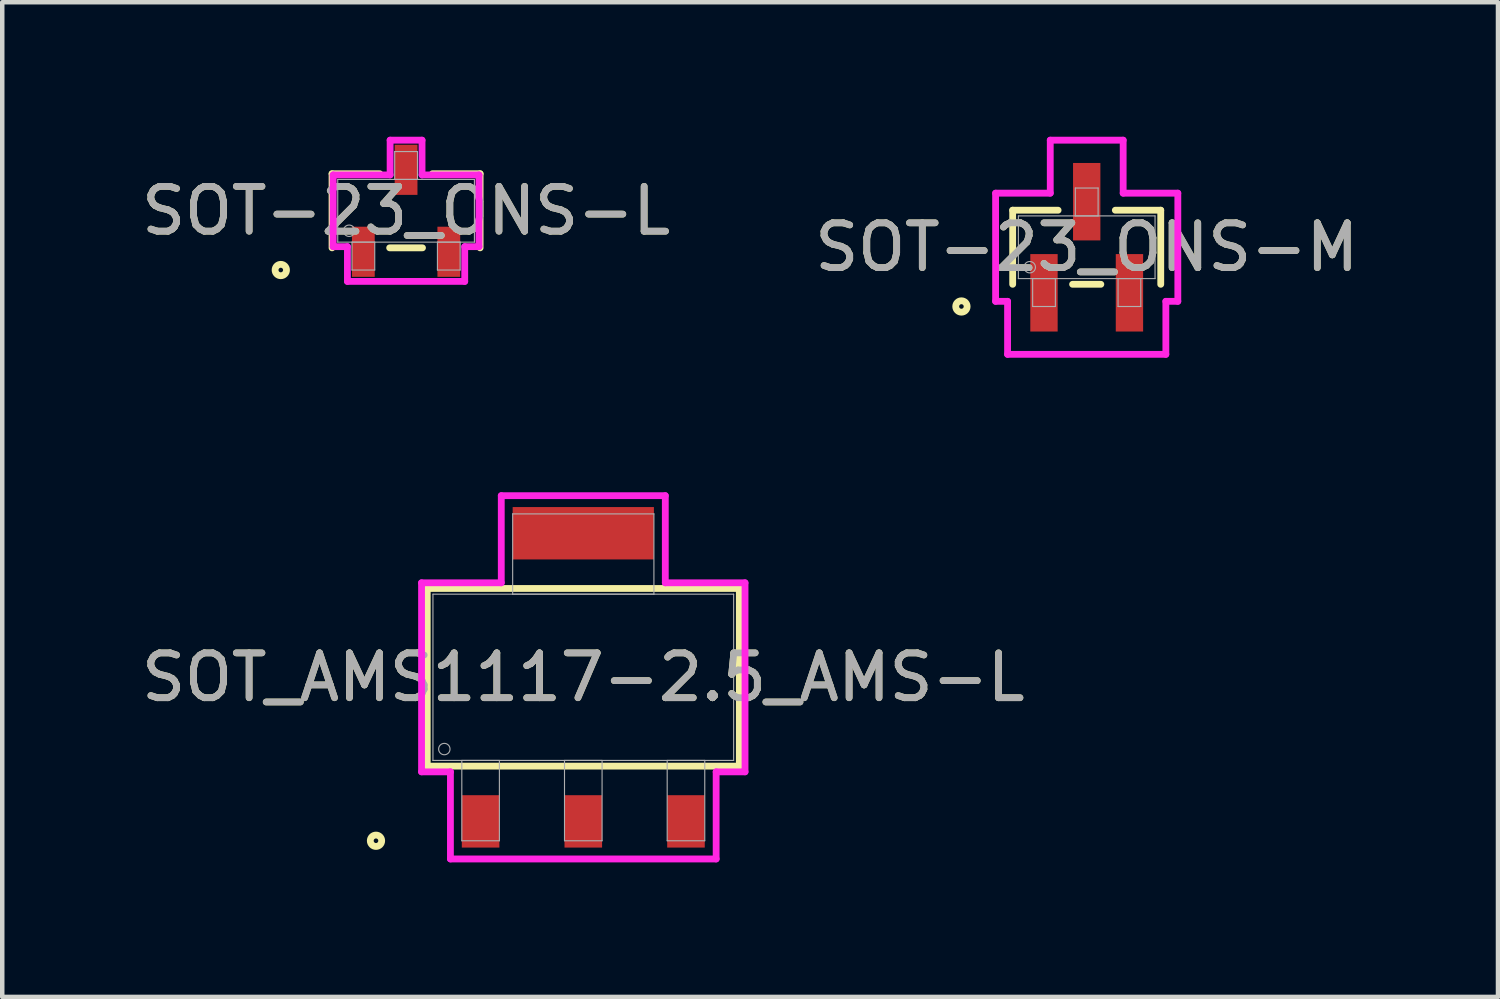
<source format=kicad_pcb>
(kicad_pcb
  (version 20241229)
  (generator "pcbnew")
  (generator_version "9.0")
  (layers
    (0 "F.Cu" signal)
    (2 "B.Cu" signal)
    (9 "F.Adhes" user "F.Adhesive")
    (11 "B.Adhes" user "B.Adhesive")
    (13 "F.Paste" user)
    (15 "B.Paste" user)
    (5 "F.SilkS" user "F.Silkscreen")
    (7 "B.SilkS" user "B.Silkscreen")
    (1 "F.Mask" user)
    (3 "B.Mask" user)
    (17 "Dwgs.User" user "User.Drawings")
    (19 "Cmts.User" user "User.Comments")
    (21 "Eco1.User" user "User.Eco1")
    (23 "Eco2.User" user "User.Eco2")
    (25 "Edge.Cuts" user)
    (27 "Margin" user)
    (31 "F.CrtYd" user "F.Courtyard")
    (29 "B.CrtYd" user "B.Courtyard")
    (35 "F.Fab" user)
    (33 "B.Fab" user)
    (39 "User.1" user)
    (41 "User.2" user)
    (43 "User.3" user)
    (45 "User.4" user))
  (footprint "SOT-23_ONS-M"
    (layer "F.Cu")
    (at 21.185 2.464)
    (property "Reference" "SOT-23_ONS-M" (at 0 0 0) (unlocked yes) (layer "F.SilkS") (effects (font (size 1 1) (thickness 0.15))))
    (attr smd)
    (fp_line (start -1.651 -0.826) (end -1.651 0.826) (stroke (width 0.152) (type solid)) (layer "F.SilkS"))
    (fp_line (start -0.638 -0.826) (end -1.651 -0.826) (stroke (width 0.152) (type solid)) (layer "F.SilkS"))
    (fp_line (start -0.315 0.826) (end 0.315 0.826) (stroke (width 0.152) (type solid)) (layer "F.SilkS"))
    (fp_line (start 1.651 -0.826) (end 0.638 -0.826) (stroke (width 0.152) (type solid)) (layer "F.SilkS"))
    (fp_line (start 1.651 0.826) (end 1.651 -0.826) (stroke (width 0.152) (type solid)) (layer "F.SilkS"))
    (fp_circle (center -2.794 1.321) (end -2.667 1.321) (stroke (width 0.152) (type solid)) (fill no) (layer "F.SilkS"))
    (fp_line (start -2.032 -1.206) (end -0.813 -1.206) (stroke (width 0.152) (type solid)) (layer "F.CrtYd"))
    (fp_line (start -2.032 1.206) (end -2.032 -1.206) (stroke (width 0.152) (type solid)) (layer "F.CrtYd"))
    (fp_line (start -2.032 1.206) (end -1.765 1.206) (stroke (width 0.152) (type solid)) (layer "F.CrtYd"))
    (fp_line (start -1.765 1.206) (end -1.765 2.388) (stroke (width 0.152) (type solid)) (layer "F.CrtYd"))
    (fp_line (start -1.765 2.388) (end 1.765 2.388) (stroke (width 0.152) (type solid)) (layer "F.CrtYd"))
    (fp_line (start -0.813 -2.388) (end 0.813 -2.388) (stroke (width 0.152) (type solid)) (layer "F.CrtYd"))
    (fp_line (start -0.813 -1.206) (end -0.813 -2.388) (stroke (width 0.152) (type solid)) (layer "F.CrtYd"))
    (fp_line (start 0.813 -1.206) (end 0.813 -2.388) (stroke (width 0.152) (type solid)) (layer "F.CrtYd"))
    (fp_line (start 1.765 1.206) (end 1.765 2.388) (stroke (width 0.152) (type solid)) (layer "F.CrtYd"))
    (fp_line (start 2.032 -1.206) (end 0.813 -1.206) (stroke (width 0.152) (type solid)) (layer "F.CrtYd"))
    (fp_line (start 2.032 -1.206) (end 2.032 1.206) (stroke (width 0.152) (type solid)) (layer "F.CrtYd"))
    (fp_line (start 2.032 1.206) (end 1.765 1.206) (stroke (width 0.152) (type solid)) (layer "F.CrtYd"))
    (fp_line (start -1.524 -0.699) (end -1.524 0.699) (stroke (width 0.025) (type solid)) (layer "F.Fab"))
    (fp_line (start -1.524 0.699) (end 1.524 0.699) (stroke (width 0.025) (type solid)) (layer "F.Fab"))
    (fp_line (start -1.206 0.699) (end -1.206 1.321) (stroke (width 0.025) (type solid)) (layer "F.Fab"))
    (fp_line (start -1.206 1.321) (end -0.699 1.321) (stroke (width 0.025) (type solid)) (layer "F.Fab"))
    (fp_line (start -0.699 0.699) (end -1.206 0.699) (stroke (width 0.025) (type solid)) (layer "F.Fab"))
    (fp_line (start -0.699 1.321) (end -0.699 0.699) (stroke (width 0.025) (type solid)) (layer "F.Fab"))
    (fp_line (start -0.254 -1.321) (end -0.254 -0.699) (stroke (width 0.025) (type solid)) (layer "F.Fab"))
    (fp_line (start -0.254 -0.699) (end 0.254 -0.699) (stroke (width 0.025) (type solid)) (layer "F.Fab"))
    (fp_line (start 0.254 -1.321) (end -0.254 -1.321) (stroke (width 0.025) (type solid)) (layer "F.Fab"))
    (fp_line (start 0.254 -0.699) (end 0.254 -1.321) (stroke (width 0.025) (type solid)) (layer "F.Fab"))
    (fp_line (start 0.699 0.699) (end 0.699 1.321) (stroke (width 0.025) (type solid)) (layer "F.Fab"))
    (fp_line (start 0.699 1.321) (end 1.206 1.321) (stroke (width 0.025) (type solid)) (layer "F.Fab"))
    (fp_line (start 1.206 0.699) (end 0.699 0.699) (stroke (width 0.025) (type solid)) (layer "F.Fab"))
    (fp_line (start 1.206 1.321) (end 1.206 0.699) (stroke (width 0.025) (type solid)) (layer "F.Fab"))
    (fp_line (start 1.524 -0.699) (end -1.524 -0.699) (stroke (width 0.025) (type solid)) (layer "F.Fab"))
    (fp_line (start 1.524 0.699) (end 1.524 -0.699) (stroke (width 0.025) (type solid)) (layer "F.Fab"))
    (fp_circle (center -1.27 0.445) (end -1.143 0.445) (stroke (width 0.025) (type solid)) (fill no) (layer "F.Fab"))
    (fp_text user "${REFERENCE}" (at 0 0 0) (unlocked yes) (layer "F.Fab") (effects (font (size 1 1) (thickness 0.15))))
    (pad "1" smd rect (at -0.953 1.016) (size 0.61 1.727) (layers "F.Cu" "F.Mask" "F.Paste"))
    (pad "2" smd rect (at 0.953 1.016) (size 0.61 1.727) (layers "F.Cu" "F.Mask" "F.Paste"))
    (pad "3" smd rect (at 0 -1.016) (size 0.61 1.727) (layers "F.Cu" "F.Mask" "F.Paste")))
  (footprint "SOT_AMS1117-2.5_AMS-L"
    (layer "F.Cu")
    (at 9.958 12.055)
    (property "Reference" "SOT_AMS1117-2.5_AMS-L" (at 0 0 0) (unlocked yes) (layer "F.SilkS") (effects (font (size 1 1) (thickness 0.15))))
    (attr smd)
    (fp_line (start -3.48 -1.981) (end -3.48 1.981) (stroke (width 0.152) (type solid)) (layer "F.SilkS"))
    (fp_line (start -3.48 1.981) (end 3.48 1.981) (stroke (width 0.152) (type solid)) (layer "F.SilkS"))
    (fp_line (start 3.48 -1.981) (end -3.48 -1.981) (stroke (width 0.152) (type solid)) (layer "F.SilkS"))
    (fp_line (start 3.48 1.981) (end 3.48 -1.981) (stroke (width 0.152) (type solid)) (layer "F.SilkS"))
    (fp_circle (center -4.623 3.645) (end -4.496 3.645) (stroke (width 0.152) (type solid)) (fill no) (layer "F.SilkS"))
    (fp_line (start -3.607 -2.108) (end -1.829 -2.108) (stroke (width 0.152) (type solid)) (layer "F.CrtYd"))
    (fp_line (start -3.607 2.108) (end -3.607 -2.108) (stroke (width 0.152) (type solid)) (layer "F.CrtYd"))
    (fp_line (start -2.963 2.108) (end -3.607 2.108) (stroke (width 0.152) (type solid)) (layer "F.CrtYd"))
    (fp_line (start -2.963 4.051) (end -2.963 2.108) (stroke (width 0.152) (type solid)) (layer "F.CrtYd"))
    (fp_line (start -1.829 -4.051) (end 1.829 -4.051) (stroke (width 0.152) (type solid)) (layer "F.CrtYd"))
    (fp_line (start -1.829 -2.108) (end -1.829 -4.051) (stroke (width 0.152) (type solid)) (layer "F.CrtYd"))
    (fp_line (start 1.829 -4.051) (end 1.829 -2.108) (stroke (width 0.152) (type solid)) (layer "F.CrtYd"))
    (fp_line (start 1.829 -2.108) (end 3.607 -2.108) (stroke (width 0.152) (type solid)) (layer "F.CrtYd"))
    (fp_line (start 2.963 2.108) (end 2.963 4.051) (stroke (width 0.152) (type solid)) (layer "F.CrtYd"))
    (fp_line (start 2.963 4.051) (end -2.963 4.051) (stroke (width 0.152) (type solid)) (layer "F.CrtYd"))
    (fp_line (start 3.607 -2.108) (end 3.607 2.108) (stroke (width 0.152) (type solid)) (layer "F.CrtYd"))
    (fp_line (start 3.607 2.108) (end 2.963 2.108) (stroke (width 0.152) (type solid)) (layer "F.CrtYd"))
    (fp_line (start -3.353 -1.854) (end -3.353 1.854) (stroke (width 0.025) (type solid)) (layer "F.Fab"))
    (fp_line (start -3.353 1.854) (end 3.353 1.854) (stroke (width 0.025) (type solid)) (layer "F.Fab"))
    (fp_line (start -2.709 1.854) (end -2.709 3.645) (stroke (width 0.025) (type solid)) (layer "F.Fab"))
    (fp_line (start -2.709 3.645) (end -1.871 3.645) (stroke (width 0.025) (type solid)) (layer "F.Fab"))
    (fp_line (start -1.871 1.854) (end -2.709 1.854) (stroke (width 0.025) (type solid)) (layer "F.Fab"))
    (fp_line (start -1.871 3.645) (end -1.871 1.854) (stroke (width 0.025) (type solid)) (layer "F.Fab"))
    (fp_line (start -1.575 -3.645) (end -1.575 -1.854) (stroke (width 0.025) (type solid)) (layer "F.Fab"))
    (fp_line (start -1.575 -1.854) (end 1.575 -1.854) (stroke (width 0.025) (type solid)) (layer "F.Fab"))
    (fp_line (start -0.419 1.854) (end -0.419 3.645) (stroke (width 0.025) (type solid)) (layer "F.Fab"))
    (fp_line (start -0.419 3.645) (end 0.419 3.645) (stroke (width 0.025) (type solid)) (layer "F.Fab"))
    (fp_line (start 0.419 1.854) (end -0.419 1.854) (stroke (width 0.025) (type solid)) (layer "F.Fab"))
    (fp_line (start 0.419 3.645) (end 0.419 1.854) (stroke (width 0.025) (type solid)) (layer "F.Fab"))
    (fp_line (start 1.575 -3.645) (end -1.575 -3.645) (stroke (width 0.025) (type solid)) (layer "F.Fab"))
    (fp_line (start 1.575 -1.854) (end 1.575 -3.645) (stroke (width 0.025) (type solid)) (layer "F.Fab"))
    (fp_line (start 1.871 1.854) (end 1.871 3.645) (stroke (width 0.025) (type solid)) (layer "F.Fab"))
    (fp_line (start 1.871 3.645) (end 2.709 3.645) (stroke (width 0.025) (type solid)) (layer "F.Fab"))
    (fp_line (start 2.709 1.854) (end 1.871 1.854) (stroke (width 0.025) (type solid)) (layer "F.Fab"))
    (fp_line (start 2.709 3.645) (end 2.709 1.854) (stroke (width 0.025) (type solid)) (layer "F.Fab"))
    (fp_line (start 3.353 -1.854) (end -3.353 -1.854) (stroke (width 0.025) (type solid)) (layer "F.Fab"))
    (fp_line (start 3.353 1.854) (end 3.353 -1.854) (stroke (width 0.025) (type solid)) (layer "F.Fab"))
    (fp_circle (center -3.099 1.6) (end -2.972 1.6) (stroke (width 0.025) (type solid)) (fill no) (layer "F.Fab"))
    (fp_text user "${REFERENCE}" (at 0 0 0) (unlocked yes) (layer "F.Fab") (effects (font (size 1 1) (thickness 0.15))))
    (pad "1" smd rect (at -2.29 3.213) (size 0.838 1.168) (layers "F.Cu" "F.Mask" "F.Paste"))
    (pad "2" smd rect (at 0 3.213) (size 0.838 1.168) (layers "F.Cu" "F.Mask" "F.Paste"))
    (pad "3" smd rect (at 2.29 3.213) (size 0.838 1.168) (layers "F.Cu" "F.Mask" "F.Paste"))
    (pad "4" smd rect (at 0 -3.213) (size 3.15 1.168) (layers "F.Cu" "F.Mask" "F.Paste")))
  (footprint "SOT-23_ONS-L"
    (layer "F.Cu")
    (at 6.006 1.651)
    (property "Reference" "SOT-23_ONS-L" (at 0 0 0) (unlocked yes) (layer "F.SilkS") (effects (font (size 1 1) (thickness 0.15))))
    (attr smd)
    (fp_line (start -1.651 -0.826) (end -1.651 0.826) (stroke (width 0.152) (type solid)) (layer "F.SilkS"))
    (fp_line (start -0.587 -0.826) (end -1.651 -0.826) (stroke (width 0.152) (type solid)) (layer "F.SilkS"))
    (fp_line (start -0.366 0.826) (end 0.366 0.826) (stroke (width 0.152) (type solid)) (layer "F.SilkS"))
    (fp_line (start 1.651 -0.826) (end 0.587 -0.826) (stroke (width 0.152) (type solid)) (layer "F.SilkS"))
    (fp_line (start 1.651 0.826) (end 1.651 -0.826) (stroke (width 0.152) (type solid)) (layer "F.SilkS"))
    (fp_circle (center -2.794 1.321) (end -2.667 1.321) (stroke (width 0.152) (type solid)) (fill no) (layer "F.SilkS"))
    (fp_line (start -1.626 -0.8) (end -0.356 -0.8) (stroke (width 0.152) (type solid)) (layer "F.CrtYd"))
    (fp_line (start -1.626 0.8) (end -1.626 -0.8) (stroke (width 0.152) (type solid)) (layer "F.CrtYd"))
    (fp_line (start -1.626 0.8) (end -1.308 0.8) (stroke (width 0.152) (type solid)) (layer "F.CrtYd"))
    (fp_line (start -1.308 0.8) (end -1.308 1.575) (stroke (width 0.152) (type solid)) (layer "F.CrtYd"))
    (fp_line (start -1.308 1.575) (end 1.308 1.575) (stroke (width 0.152) (type solid)) (layer "F.CrtYd"))
    (fp_line (start -0.356 -1.575) (end 0.356 -1.575) (stroke (width 0.152) (type solid)) (layer "F.CrtYd"))
    (fp_line (start -0.356 -0.8) (end -0.356 -1.575) (stroke (width 0.152) (type solid)) (layer "F.CrtYd"))
    (fp_line (start 0.356 -0.8) (end 0.356 -1.575) (stroke (width 0.152) (type solid)) (layer "F.CrtYd"))
    (fp_line (start 1.308 0.8) (end 1.308 1.575) (stroke (width 0.152) (type solid)) (layer "F.CrtYd"))
    (fp_line (start 1.626 -0.8) (end 0.356 -0.8) (stroke (width 0.152) (type solid)) (layer "F.CrtYd"))
    (fp_line (start 1.626 -0.8) (end 1.626 0.8) (stroke (width 0.152) (type solid)) (layer "F.CrtYd"))
    (fp_line (start 1.626 0.8) (end 1.308 0.8) (stroke (width 0.152) (type solid)) (layer "F.CrtYd"))
    (fp_line (start -1.524 -0.699) (end -1.524 0.699) (stroke (width 0.025) (type solid)) (layer "F.Fab"))
    (fp_line (start -1.524 0.699) (end 1.524 0.699) (stroke (width 0.025) (type solid)) (layer "F.Fab"))
    (fp_line (start -1.206 0.699) (end -1.206 1.321) (stroke (width 0.025) (type solid)) (layer "F.Fab"))
    (fp_line (start -1.206 1.321) (end -0.699 1.321) (stroke (width 0.025) (type solid)) (layer "F.Fab"))
    (fp_line (start -0.699 0.699) (end -1.206 0.699) (stroke (width 0.025) (type solid)) (layer "F.Fab"))
    (fp_line (start -0.699 1.321) (end -0.699 0.699) (stroke (width 0.025) (type solid)) (layer "F.Fab"))
    (fp_line (start -0.254 -1.321) (end -0.254 -0.699) (stroke (width 0.025) (type solid)) (layer "F.Fab"))
    (fp_line (start -0.254 -0.699) (end 0.254 -0.699) (stroke (width 0.025) (type solid)) (layer "F.Fab"))
    (fp_line (start 0.254 -1.321) (end -0.254 -1.321) (stroke (width 0.025) (type solid)) (layer "F.Fab"))
    (fp_line (start 0.254 -0.699) (end 0.254 -1.321) (stroke (width 0.025) (type solid)) (layer "F.Fab"))
    (fp_line (start 0.699 0.699) (end 0.699 1.321) (stroke (width 0.025) (type solid)) (layer "F.Fab"))
    (fp_line (start 0.699 1.321) (end 1.206 1.321) (stroke (width 0.025) (type solid)) (layer "F.Fab"))
    (fp_line (start 1.206 0.699) (end 0.699 0.699) (stroke (width 0.025) (type solid)) (layer "F.Fab"))
    (fp_line (start 1.206 1.321) (end 1.206 0.699) (stroke (width 0.025) (type solid)) (layer "F.Fab"))
    (fp_line (start 1.524 -0.699) (end -1.524 -0.699) (stroke (width 0.025) (type solid)) (layer "F.Fab"))
    (fp_line (start 1.524 0.699) (end 1.524 -0.699) (stroke (width 0.025) (type solid)) (layer "F.Fab"))
    (fp_circle (center -1.27 0.445) (end -1.143 0.445) (stroke (width 0.025) (type solid)) (fill no) (layer "F.Fab"))
    (fp_text user "${REFERENCE}" (at 0 0 0) (unlocked yes) (layer "F.Fab") (effects (font (size 1 1) (thickness 0.15))))
    (pad "1" smd rect (at -0.953 0.914) (size 0.508 1.118) (layers "F.Cu" "F.Mask" "F.Paste"))
    (pad "2" smd rect (at 0.953 0.914) (size 0.508 1.118) (layers "F.Cu" "F.Mask" "F.Paste"))
    (pad "3" smd rect (at 0 -0.914) (size 0.508 1.118) (layers "F.Cu" "F.Mask" "F.Paste")))
  (gr_rect
    (start -3 -3)
    (end 30.357 19.183)
    (stroke (width 0.1) (type default))
    (fill no)
    (layer "Edge.Cuts")))
</source>
